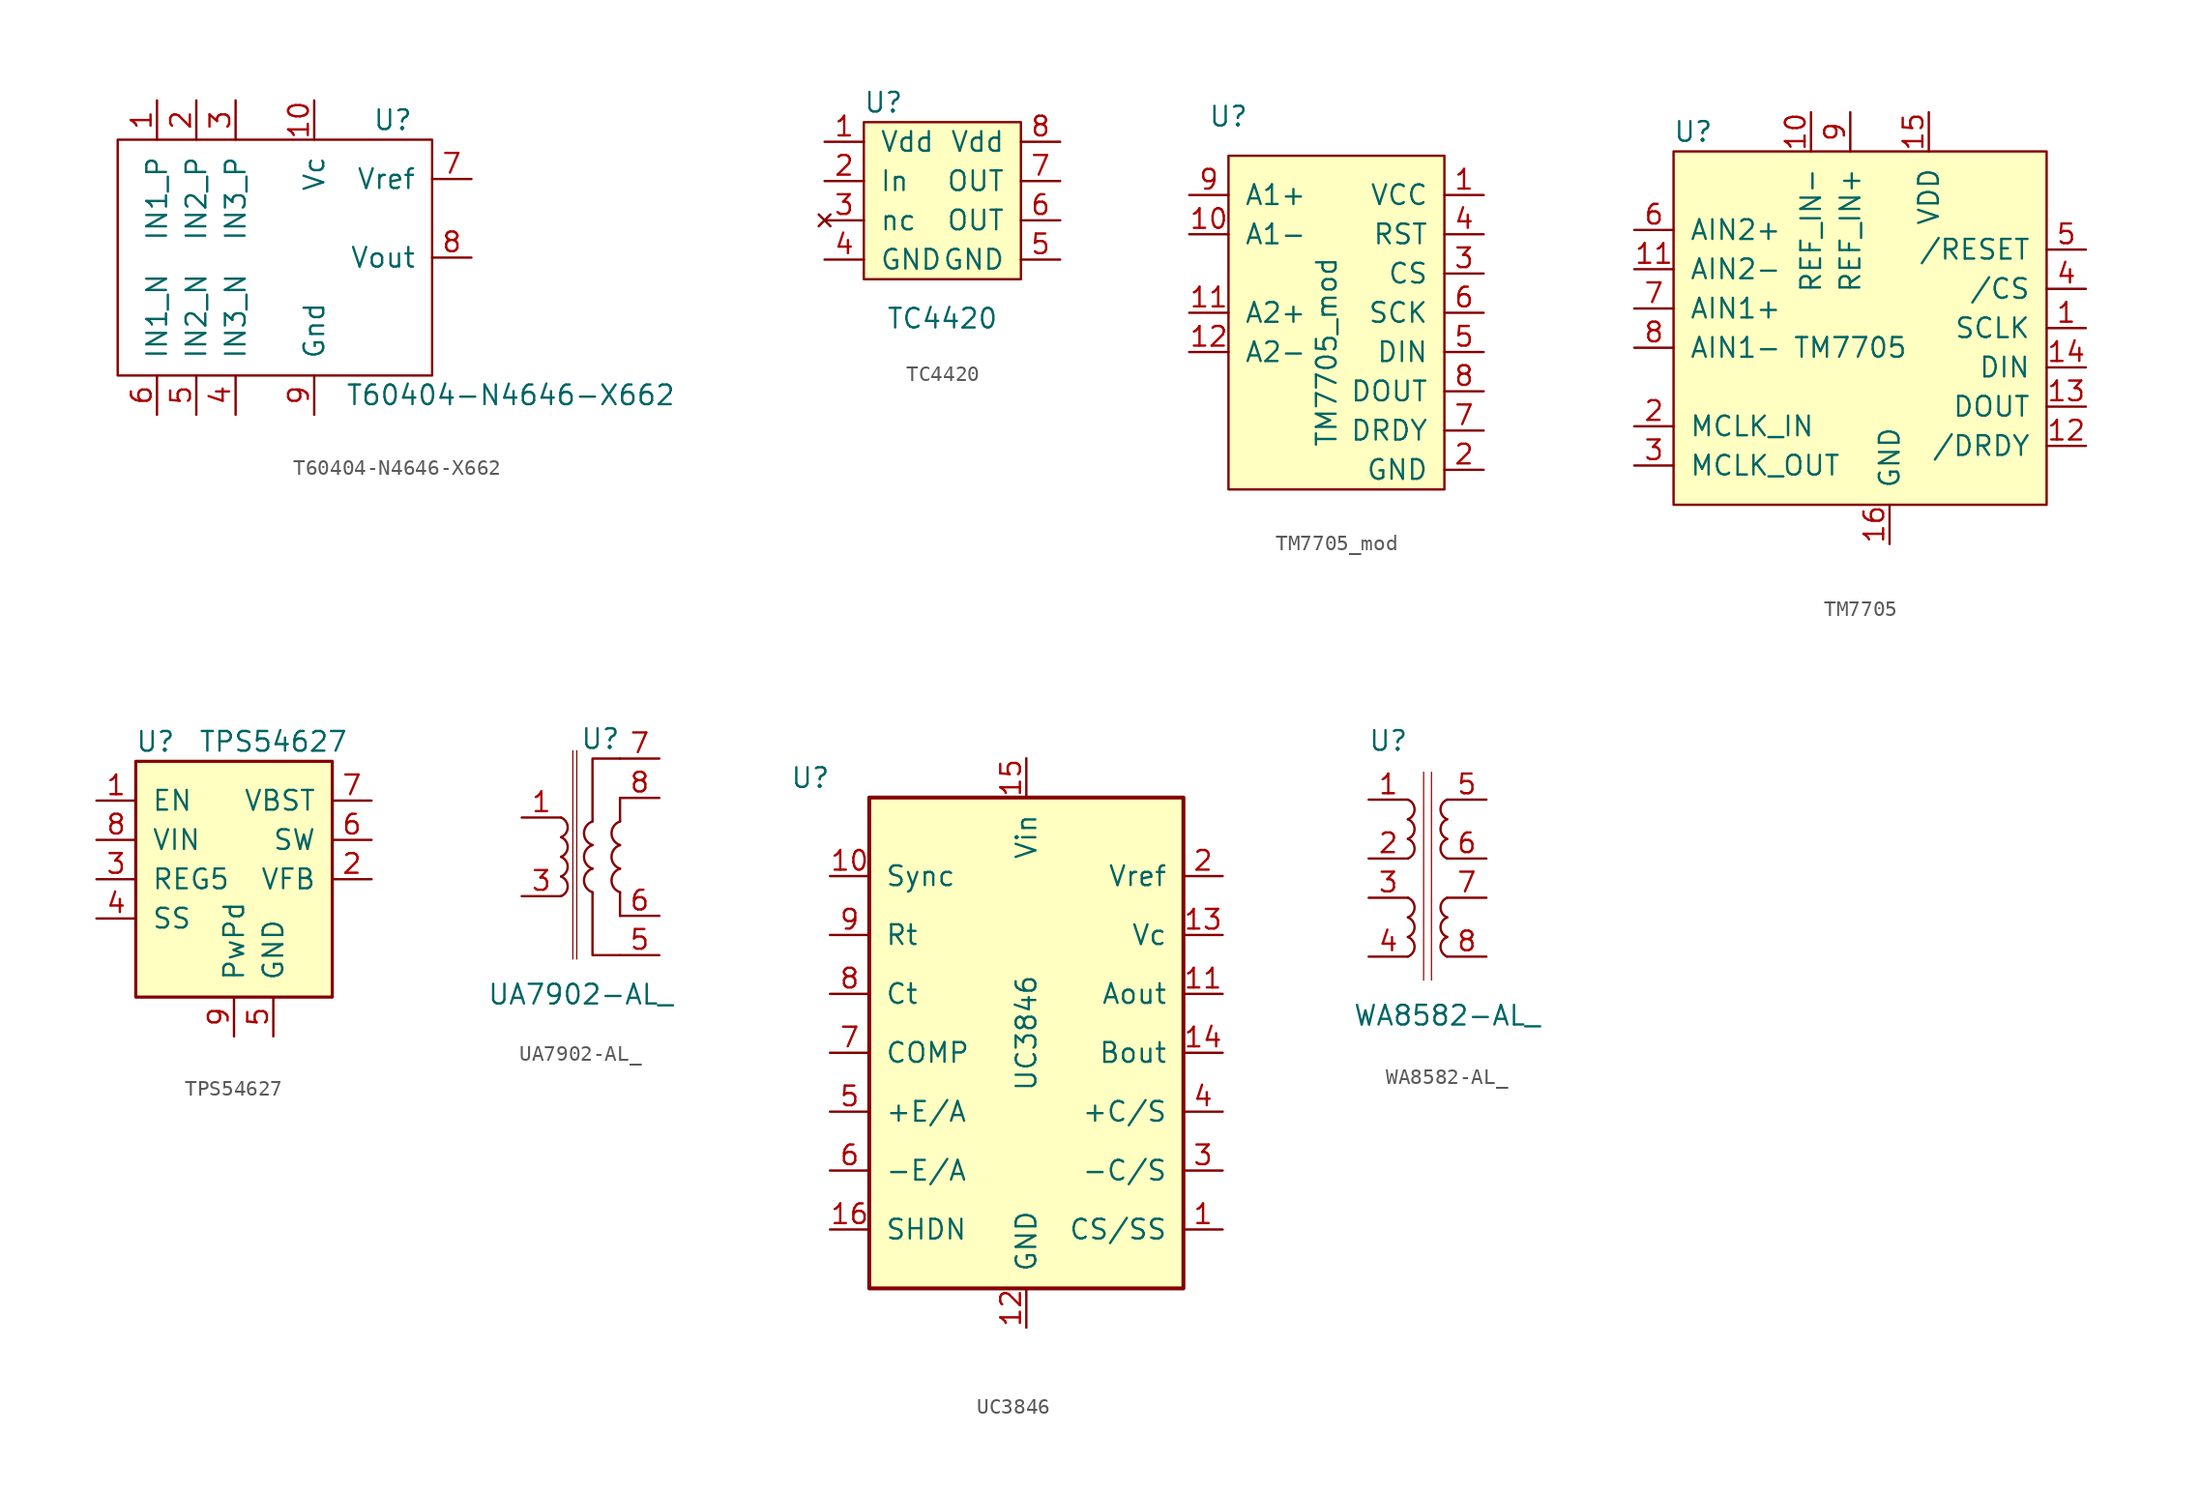
<source format=kicad_sym>
(kicad_symbol_lib
  (version 20241209)
  (generator "kicad_symbol_editor")
  (generator_version "9.0")
  (symbol "T60404-N4646-X662"
    (pin_names
      (offset 1.016))
    (property "Reference" "U"
      (at 7.62 8.89 0)
      (effects (font (size 1.27 1.27))))
    (property "Value" "T60404-N4646-X662"
      (at 15.24 -8.89 0)
      (effects (font (size 1.27 1.27))))
    (symbol "T60404-N4646-X662_0_1"
      (rectangle (start -10.16 7.62) (end 10.16 -7.62) (stroke (width 0) (type solid)) (fill (type none))))
    (symbol "T60404-N4646-X662_1_1"
      (pin bidirectional line (at -7.62 10.16 270) (length 2.54) (name "IN1_P" (effects (font (size 1.27 1.27)))) (number "1" (effects (font (size 1.27 1.27)))))
      (pin bidirectional line (at -7.62 -10.16 90) (length 2.54) (name "IN1_N" (effects (font (size 1.27 1.27)))) (number "6" (effects (font (size 1.27 1.27)))))
      (pin bidirectional line (at -5.08 10.16 270) (length 2.54) (name "IN2_P" (effects (font (size 1.27 1.27)))) (number "2" (effects (font (size 1.27 1.27)))))
      (pin bidirectional line (at -5.08 -10.16 90) (length 2.54) (name "IN2_N" (effects (font (size 1.27 1.27)))) (number "5" (effects (font (size 1.27 1.27)))))
      (pin bidirectional line (at -2.54 10.16 270) (length 2.54) (name "IN3_P" (effects (font (size 1.27 1.27)))) (number "3" (effects (font (size 1.27 1.27)))))
      (pin bidirectional line (at -2.54 -10.16 90) (length 2.54) (name "IN3_N" (effects (font (size 1.27 1.27)))) (number "4" (effects (font (size 1.27 1.27)))))
      (pin power_in line (at 2.54 10.16 270) (length 2.54) (name "Vc" (effects (font (size 1.27 1.27)))) (number "10" (effects (font (size 1.27 1.27)))))
      (pin power_in line (at 2.54 -10.16 90) (length 2.54) (name "Gnd" (effects (font (size 1.27 1.27)))) (number "9" (effects (font (size 1.27 1.27)))))
      (pin bidirectional line (at 12.7 5.08 180) (length 2.54) (name "Vref" (effects (font (size 1.27 1.27)))) (number "7" (effects (font (size 1.27 1.27)))))
      (pin output line (at 12.7 0 180) (length 2.54) (name "Vout" (effects (font (size 1.27 1.27)))) (number "8" (effects (font (size 1.27 1.27)))))))
  (symbol "TC4420"
    (pin_names
      (offset 1.016))
    (property "Reference" "U"
      (at -3.81 6.35 0)
      (effects (font (size 1.27 1.27))))
    (property "Value" "TC4420"
      (at 0 -7.62 0)
      (effects (font (size 1.27 1.27))))
    (symbol "TC4420_0_0"
      (pin power_in line (at -7.62 3.81 0) (length 2.54) (name "Vdd" (effects (font (size 1.27 1.27)))) (number "1" (effects (font (size 1.27 1.27)))))
      (pin input line (at -7.62 1.27 0) (length 2.54) (name "In" (effects (font (size 1.27 1.27)))) (number "2" (effects (font (size 1.27 1.27)))))
      (pin no_connect line (at -7.62 -1.27 0) (length 2.54) (name "nc" (effects (font (size 1.27 1.27)))) (number "3" (effects (font (size 1.27 1.27)))))
      (pin power_in line (at -7.62 -3.81 0) (length 2.54) (name "GND" (effects (font (size 1.27 1.27)))) (number "4" (effects (font (size 1.27 1.27)))))
      (pin power_out line (at 7.62 3.81 180) (length 2.54) (name "Vdd" (effects (font (size 1.27 1.27)))) (number "8" (effects (font (size 1.27 1.27)))))
      (pin output line (at 7.62 1.27 180) (length 2.54) (name "OUT" (effects (font (size 1.27 1.27)))) (number "7" (effects (font (size 1.27 1.27)))))
      (pin output line (at 7.62 -1.27 180) (length 2.54) (name "OUT" (effects (font (size 1.27 1.27)))) (number "6" (effects (font (size 1.27 1.27)))))
      (pin power_in line (at 7.62 -3.81 180) (length 2.54) (name "GND" (effects (font (size 1.27 1.27)))) (number "5" (effects (font (size 1.27 1.27))))))
    (symbol "TC4420_0_1"
      (rectangle (start -5.08 5.08) (end 5.08 -5.08) (stroke (width 0) (type solid)) (fill (type background)))))
  (symbol "TM7705_mod"
    (pin_names
      (offset 1.016))
    (property "Reference" "U"
      (at -7.62 15.24 0)
      (effects (font (size 1.27 1.27))))
    (property "Value" "TM7705_mod"
      (at -1.27 0 90)
      (effects (font (size 1.27 1.27))))
    (symbol "TM7705_mod_0_0"
      (pin input line (at -10.16 10.16 0) (length 2.54) (name "A1+" (effects (font (size 1.27 1.27)))) (number "9" (effects (font (size 1.27 1.27)))))
      (pin input line (at -10.16 7.62 0) (length 2.54) (name "A1-" (effects (font (size 1.27 1.27)))) (number "10" (effects (font (size 1.27 1.27)))))
      (pin input line (at -10.16 2.54 0) (length 2.54) (name "A2+" (effects (font (size 1.27 1.27)))) (number "11" (effects (font (size 1.27 1.27)))))
      (pin input line (at -10.16 0 0) (length 2.54) (name "A2-" (effects (font (size 1.27 1.27)))) (number "12" (effects (font (size 1.27 1.27)))))
      (pin input line (at 8.89 10.16 180) (length 2.54) (name "VCC" (effects (font (size 1.27 1.27)))) (number "1" (effects (font (size 1.27 1.27)))))
      (pin input line (at 8.89 7.62 180) (length 2.54) (name "RST" (effects (font (size 1.27 1.27)))) (number "4" (effects (font (size 1.27 1.27)))))
      (pin input line (at 8.89 5.08 180) (length 2.54) (name "CS" (effects (font (size 1.27 1.27)))) (number "3" (effects (font (size 1.27 1.27)))))
      (pin input line (at 8.89 2.54 180) (length 2.54) (name "SCK" (effects (font (size 1.27 1.27)))) (number "6" (effects (font (size 1.27 1.27)))))
      (pin input line (at 8.89 0 180) (length 2.54) (name "DIN" (effects (font (size 1.27 1.27)))) (number "5" (effects (font (size 1.27 1.27)))))
      (pin output line (at 8.89 -2.54 180) (length 2.54) (name "DOUT" (effects (font (size 1.27 1.27)))) (number "8" (effects (font (size 1.27 1.27)))))
      (pin output line (at 8.89 -5.08 180) (length 2.54) (name "DRDY" (effects (font (size 1.27 1.27)))) (number "7" (effects (font (size 1.27 1.27)))))
      (pin power_in line (at 8.89 -7.62 180) (length 2.54) (name "GND" (effects (font (size 1.27 1.27)))) (number "2" (effects (font (size 1.27 1.27))))))
    (symbol "TM7705_mod_0_1"
      (rectangle (start -7.62 12.7) (end 6.35 -8.89) (stroke (width 0) (type solid)) (fill (type background)))))
  (symbol "TM7705"
    (pin_names
      (offset 1.016))
    (property "Reference" "U"
      (at -10.16 13.97 0)
      (effects (font (size 1.27 1.27))))
    (property "Value" "TM7705"
      (at 0 0 0)
      (effects (font (size 1.27 1.27))))
    (symbol "TM7705_0_0"
      (pin input line (at -13.97 7.62 0) (length 2.54) (name "AIN2+" (effects (font (size 1.27 1.27)))) (number "6" (effects (font (size 1.27 1.27)))))
      (pin input line (at -13.97 5.08 0) (length 2.54) (name "AIN2-" (effects (font (size 1.27 1.27)))) (number "11" (effects (font (size 1.27 1.27)))))
      (pin input line (at -13.97 2.54 0) (length 2.54) (name "AIN1+" (effects (font (size 1.27 1.27)))) (number "7" (effects (font (size 1.27 1.27)))))
      (pin input line (at -13.97 0 0) (length 2.54) (name "AIN1-" (effects (font (size 1.27 1.27)))) (number "8" (effects (font (size 1.27 1.27)))))
      (pin input line (at -13.97 -5.08 0) (length 2.54) (name "MCLK_IN" (effects (font (size 1.27 1.27)))) (number "2" (effects (font (size 1.27 1.27)))))
      (pin output line (at -13.97 -7.62 0) (length 2.54) (name "MCLK_OUT" (effects (font (size 1.27 1.27)))) (number "3" (effects (font (size 1.27 1.27)))))
      (pin input line (at -2.54 15.24 270) (length 2.54) (name "REF_IN-" (effects (font (size 1.27 1.27)))) (number "10" (effects (font (size 1.27 1.27)))))
      (pin input line (at 0 15.24 270) (length 2.54) (name "REF_IN+" (effects (font (size 1.27 1.27)))) (number "9" (effects (font (size 1.27 1.27)))))
      (pin power_in line (at 2.54 -12.7 90) (length 2.54) (name "GND" (effects (font (size 1.27 1.27)))) (number "16" (effects (font (size 1.27 1.27)))))
      (pin power_in line (at 5.08 15.24 270) (length 2.54) (name "VDD" (effects (font (size 1.27 1.27)))) (number "15" (effects (font (size 1.27 1.27)))))
      (pin input line (at 15.24 6.35 180) (length 2.54) (name "/RESET" (effects (font (size 1.27 1.27)))) (number "5" (effects (font (size 1.27 1.27)))))
      (pin input line (at 15.24 3.81 180) (length 2.54) (name "/CS" (effects (font (size 1.27 1.27)))) (number "4" (effects (font (size 1.27 1.27)))))
      (pin input line (at 15.24 1.27 180) (length 2.54) (name "SCLK" (effects (font (size 1.27 1.27)))) (number "1" (effects (font (size 1.27 1.27)))))
      (pin input line (at 15.24 -1.27 180) (length 2.54) (name "DIN" (effects (font (size 1.27 1.27)))) (number "14" (effects (font (size 1.27 1.27)))))
      (pin output line (at 15.24 -3.81 180) (length 2.54) (name "DOUT" (effects (font (size 1.27 1.27)))) (number "13" (effects (font (size 1.27 1.27)))))
      (pin output line (at 15.24 -6.35 180) (length 2.54) (name "/DRDY" (effects (font (size 1.27 1.27)))) (number "12" (effects (font (size 1.27 1.27))))))
    (symbol "TM7705_0_1"
      (rectangle (start 12.7 -10.16) (end -11.43 12.7) (stroke (width 0) (type solid)) (fill (type background)))))
  (symbol "TPS54627"
    (pin_names
      (offset 1.016))
    (property "Reference" "U"
      (at -5.08 7.62 0)
      (effects (font (size 1.27 1.27))))
    (property "Value" "TPS54627"
      (at 2.54 7.62 0)
      (effects (font (size 1.27 1.27))))
    (symbol "TPS54627_0_1"
      (rectangle (start -6.35 6.35) (end 6.35 -8.89) (stroke (width 0.203) (type solid)) (fill (type background))))
    (symbol "TPS54627_1_1"
      (pin input line (at -8.89 3.81 0) (length 2.54) (name "EN" (effects (font (size 1.27 1.27)))) (number "1" (effects (font (size 1.27 1.27)))))
      (pin input line (at -8.89 1.27 0) (length 2.54) (name "VIN" (effects (font (size 1.27 1.27)))) (number "8" (effects (font (size 1.27 1.27)))))
      (pin input line (at -8.89 -1.27 0) (length 2.54) (name "REG5" (effects (font (size 1.27 1.27)))) (number "3" (effects (font (size 1.27 1.27)))))
      (pin input line (at -8.89 -3.81 0) (length 2.54) (name "SS" (effects (font (size 1.27 1.27)))) (number "4" (effects (font (size 1.27 1.27)))))
      (pin input line (at 0 -11.43 90) (length 2.54) (name "PwPd" (effects (font (size 1.27 1.27)))) (number "9" (effects (font (size 1.27 1.27)))))
      (pin input line (at 2.54 -11.43 90) (length 2.54) (name "GND" (effects (font (size 1.27 1.27)))) (number "5" (effects (font (size 1.27 1.27)))))
      (pin input line (at 8.89 3.81 180) (length 2.54) (name "VBST" (effects (font (size 1.27 1.27)))) (number "7" (effects (font (size 1.27 1.27)))))
      (pin input line (at 8.89 1.27 180) (length 2.54) (name "SW" (effects (font (size 1.27 1.27)))) (number "6" (effects (font (size 1.27 1.27)))))
      (pin input line (at 8.89 -1.27 180) (length 2.54) (name "VFB" (effects (font (size 1.27 1.27)))) (number "2" (effects (font (size 1.27 1.27)))))))
  (symbol "UA7902-AL_"
    (pin_names
      (offset 1.016))
    (property "Reference" "U"
      (at 0 7.62 0)
      (effects (font (size 1.27 1.27))))
    (property "Value" "UA7902-AL_"
      (at -1.27 -8.89 0)
      (effects (font (size 1.27 1.27))))
    (symbol "UA7902-AL__0_1"
      (arc (start -2.54 2.54) (mid -2.1101 1.905) (end -2.54 1.27) (stroke (width 0) (type solid)) (fill (type none)))
      (arc (start -2.54 1.27) (mid -2.1101 0.635) (end -2.54 0) (stroke (width 0) (type solid)) (fill (type none)))
      (arc (start -2.54 0) (mid -2.1101 -0.635) (end -2.54 -1.27) (stroke (width 0) (type solid)) (fill (type none)))
      (arc (start -2.54 -1.27) (mid -2.1101 -1.905) (end -2.54 -2.54) (stroke (width 0) (type solid)) (fill (type none)))
      (polyline (pts (xy -1.778 6.858) (xy -1.778 -6.604)) (stroke (width 0.076) (type solid)) (fill (type none)))
      (polyline (pts (xy -1.524 6.858) (xy -1.524 -6.604)) (stroke (width 0.076) (type solid)) (fill (type none)))
      (polyline (pts (xy -0.508 2.286) (xy -0.508 6.35) (xy 1.27 6.35)) (stroke (width 0) (type solid)) (fill (type none)))
      (polyline (pts (xy -0.508 -2.286) (xy -0.508 -6.35) (xy 1.27 -6.35)) (stroke (width 0) (type solid)) (fill (type none)))
      (arc (start -0.508 0.762) (mid -1.0572 1.524) (end -0.508 2.286) (stroke (width 0) (type solid)) (fill (type none)))
      (arc (start -0.508 -0.762) (mid -1.0572 0) (end -0.508 0.762) (stroke (width 0) (type solid)) (fill (type none)))
      (arc (start -0.508 -2.286) (mid -1.0572 -1.524) (end -0.508 -0.762) (stroke (width 0) (type solid)) (fill (type none)))
      (polyline (pts (xy 1.27 2.286) (xy 1.27 3.81)) (stroke (width 0) (type solid)) (fill (type none)))
      (polyline (pts (xy 1.27 -3.81) (xy 1.27 -2.286)) (stroke (width 0) (type solid)) (fill (type none)))
      (arc (start 1.27 0.762) (mid 0.7208 1.524) (end 1.27 2.286) (stroke (width 0) (type solid)) (fill (type none)))
      (arc (start 1.27 -0.762) (mid 0.7208 0) (end 1.27 0.762) (stroke (width 0) (type solid)) (fill (type none)))
      (arc (start 1.27 -2.286) (mid 0.7208 -1.524) (end 1.27 -0.762) (stroke (width 0) (type solid)) (fill (type none))))
    (symbol "UA7902-AL__1_1"
      (pin input line (at -5.08 2.54 0) (length 2.54) (name "~" (effects (font (size 1.27 1.27)))) (number "1" (effects (font (size 1.27 1.27)))))
      (pin input line (at -5.08 -2.54 0) (length 2.54) (name "~" (effects (font (size 1.27 1.27)))) (number "3" (effects (font (size 1.27 1.27)))))
      (pin input line (at 3.81 6.35 180) (length 2.54) (name "~" (effects (font (size 1.27 1.27)))) (number "7" (effects (font (size 1.27 1.27)))))
      (pin input line (at 3.81 3.81 180) (length 2.54) (name "~" (effects (font (size 1.27 1.27)))) (number "8" (effects (font (size 1.27 1.27)))))
      (pin input line (at 3.81 -3.81 180) (length 2.54) (name "~" (effects (font (size 1.27 1.27)))) (number "6" (effects (font (size 1.27 1.27)))))
      (pin input line (at 3.81 -6.35 180) (length 2.54) (name "~" (effects (font (size 1.27 1.27)))) (number "5" (effects (font (size 1.27 1.27)))))))
  (symbol "UC3846"
    (pin_names
      (offset 1.016))
    (property "Reference" "U"
      (at -13.97 15.24 0)
      (effects (font (size 1.27 1.27))))
    (property "Value" "UC3846"
      (at 0 -1.27 90)
      (effects (font (size 1.27 1.27))))
    (symbol "UC3846_0_0"
      (pin input line (at -12.7 5.08 0) (length 2.54) (name "Rt" (effects (font (size 1.27 1.27)))) (number "9" (effects (font (size 1.27 1.27)))))
      (pin input line (at -12.7 1.27 0) (length 2.54) (name "Ct" (effects (font (size 1.27 1.27)))) (number "8" (effects (font (size 1.27 1.27)))))
      (pin bidirectional line (at -12.7 -2.54 0) (length 2.54) (name "COMP" (effects (font (size 1.27 1.27)))) (number "7" (effects (font (size 1.27 1.27)))))
      (pin input line (at -12.7 -6.35 0) (length 2.54) (name "+E/A" (effects (font (size 1.27 1.27)))) (number "5" (effects (font (size 1.27 1.27)))))
      (pin input line (at -12.7 -10.16 0) (length 2.54) (name "-E/A" (effects (font (size 1.27 1.27)))) (number "6" (effects (font (size 1.27 1.27)))))
      (pin input line (at -12.7 -13.97 0) (length 2.54) (name "SHDN" (effects (font (size 1.27 1.27)))) (number "16" (effects (font (size 1.27 1.27)))))
      (pin power_in line (at 0 16.51 270) (length 2.54) (name "Vin" (effects (font (size 1.27 1.27)))) (number "15" (effects (font (size 1.27 1.27)))))
      (pin power_in line (at 0 -20.32 90) (length 2.54) (name "GND" (effects (font (size 1.27 1.27)))) (number "12" (effects (font (size 1.27 1.27)))))
      (pin output line (at 12.7 8.89 180) (length 2.54) (name "Vref" (effects (font (size 1.27 1.27)))) (number "2" (effects (font (size 1.27 1.27)))))
      (pin power_in line (at 12.7 5.08 180) (length 2.54) (name "Vc" (effects (font (size 1.27 1.27)))) (number "13" (effects (font (size 1.27 1.27)))))
      (pin output line (at 12.7 1.27 180) (length 2.54) (name "Aout" (effects (font (size 1.27 1.27)))) (number "11" (effects (font (size 1.27 1.27)))))
      (pin output line (at 12.7 -2.54 180) (length 2.54) (name "Bout" (effects (font (size 1.27 1.27)))) (number "14" (effects (font (size 1.27 1.27)))))
      (pin input line (at 12.7 -6.35 180) (length 2.54) (name "+C/S" (effects (font (size 1.27 1.27)))) (number "4" (effects (font (size 1.27 1.27)))))
      (pin input line (at 12.7 -10.16 180) (length 2.54) (name "-C/S" (effects (font (size 1.27 1.27)))) (number "3" (effects (font (size 1.27 1.27)))))
      (pin input line (at 12.7 -13.97 180) (length 2.54) (name "CS/SS" (effects (font (size 1.27 1.27)))) (number "1" (effects (font (size 1.27 1.27))))))
    (symbol "UC3846_0_1"
      (rectangle (start -10.16 13.97) (end 10.16 -17.78) (stroke (width 0.254) (type solid)) (fill (type background))))
    (symbol "UC3846_1_1"
      (pin input line (at -12.7 8.89 0) (length 2.54) (name "Sync" (effects (font (size 1.27 1.27)))) (number "10" (effects (font (size 1.27 1.27)))))))
  (symbol "WA8582-AL_"
    (pin_names
      (offset 1.016))
    (property "Reference" "U"
      (at -3.81 7.62 0)
      (effects (font (size 1.27 1.27))))
    (property "Value" "WA8582-AL_"
      (at 0 -10.16 0)
      (effects (font (size 1.27 1.27))))
    (symbol "WA8582-AL__0_1"
      (arc (start -2.54 3.81) (mid -2.1101 3.175) (end -2.54 2.54) (stroke (width 0) (type solid)) (fill (type none)))
      (arc (start -2.54 2.54) (mid -2.1101 1.905) (end -2.54 1.27) (stroke (width 0) (type solid)) (fill (type none)))
      (arc (start -2.54 1.27) (mid -2.1101 0.635) (end -2.54 0) (stroke (width 0) (type solid)) (fill (type none)))
      (arc (start -2.54 -2.54) (mid -2.1101 -3.175) (end -2.54 -3.81) (stroke (width 0) (type solid)) (fill (type none)))
      (arc (start -2.54 -3.81) (mid -2.1101 -4.445) (end -2.54 -5.08) (stroke (width 0) (type solid)) (fill (type none)))
      (arc (start -2.54 -5.08) (mid -2.1101 -5.715) (end -2.54 -6.35) (stroke (width 0) (type solid)) (fill (type none)))
      (polyline (pts (xy -1.524 5.588) (xy -1.524 -7.874)) (stroke (width 0.076) (type solid)) (fill (type none)))
      (polyline (pts (xy -1.016 5.588) (xy -1.016 -7.874)) (stroke (width 0.076) (type solid)) (fill (type none)))
      (arc (start 0 2.54) (mid -0.4299 3.175) (end 0 3.81) (stroke (width 0) (type solid)) (fill (type none)))
      (arc (start 0 1.27) (mid -0.4299 1.905) (end 0 2.54) (stroke (width 0) (type solid)) (fill (type none)))
      (arc (start 0 0) (mid -0.4299 0.635) (end 0 1.27) (stroke (width 0) (type solid)) (fill (type none)))
      (arc (start 0 -3.81) (mid -0.4299 -3.175) (end 0 -2.54) (stroke (width 0) (type solid)) (fill (type none)))
      (arc (start 0 -5.08) (mid -0.4299 -4.445) (end 0 -3.81) (stroke (width 0) (type solid)) (fill (type none)))
      (arc (start 0 -6.35) (mid -0.4299 -5.715) (end 0 -5.08) (stroke (width 0) (type solid)) (fill (type none))))
    (symbol "WA8582-AL__1_1"
      (pin input line (at -5.08 3.81 0) (length 2.54) (name "~" (effects (font (size 1.27 1.27)))) (number "1" (effects (font (size 1.27 1.27)))))
      (pin input line (at -5.08 0 0) (length 2.54) (name "~" (effects (font (size 1.27 1.27)))) (number "2" (effects (font (size 1.27 1.27)))))
      (pin input line (at -5.08 -2.54 0) (length 2.54) (name "~" (effects (font (size 1.27 1.27)))) (number "3" (effects (font (size 1.27 1.27)))))
      (pin input line (at -5.08 -6.35 0) (length 2.54) (name "~" (effects (font (size 1.27 1.27)))) (number "4" (effects (font (size 1.27 1.27)))))
      (pin input line (at 2.54 3.81 180) (length 2.54) (name "~" (effects (font (size 1.27 1.27)))) (number "5" (effects (font (size 1.27 1.27)))))
      (pin input line (at 2.54 0 180) (length 2.54) (name "~" (effects (font (size 1.27 1.27)))) (number "6" (effects (font (size 1.27 1.27)))))
      (pin input line (at 2.54 -2.54 180) (length 2.54) (name "~" (effects (font (size 1.27 1.27)))) (number "7" (effects (font (size 1.27 1.27)))))
      (pin input line (at 2.54 -6.35 180) (length 2.54) (name "~" (effects (font (size 1.27 1.27)))) (number "8" (effects (font (size 1.27 1.27))))))))
</source>
